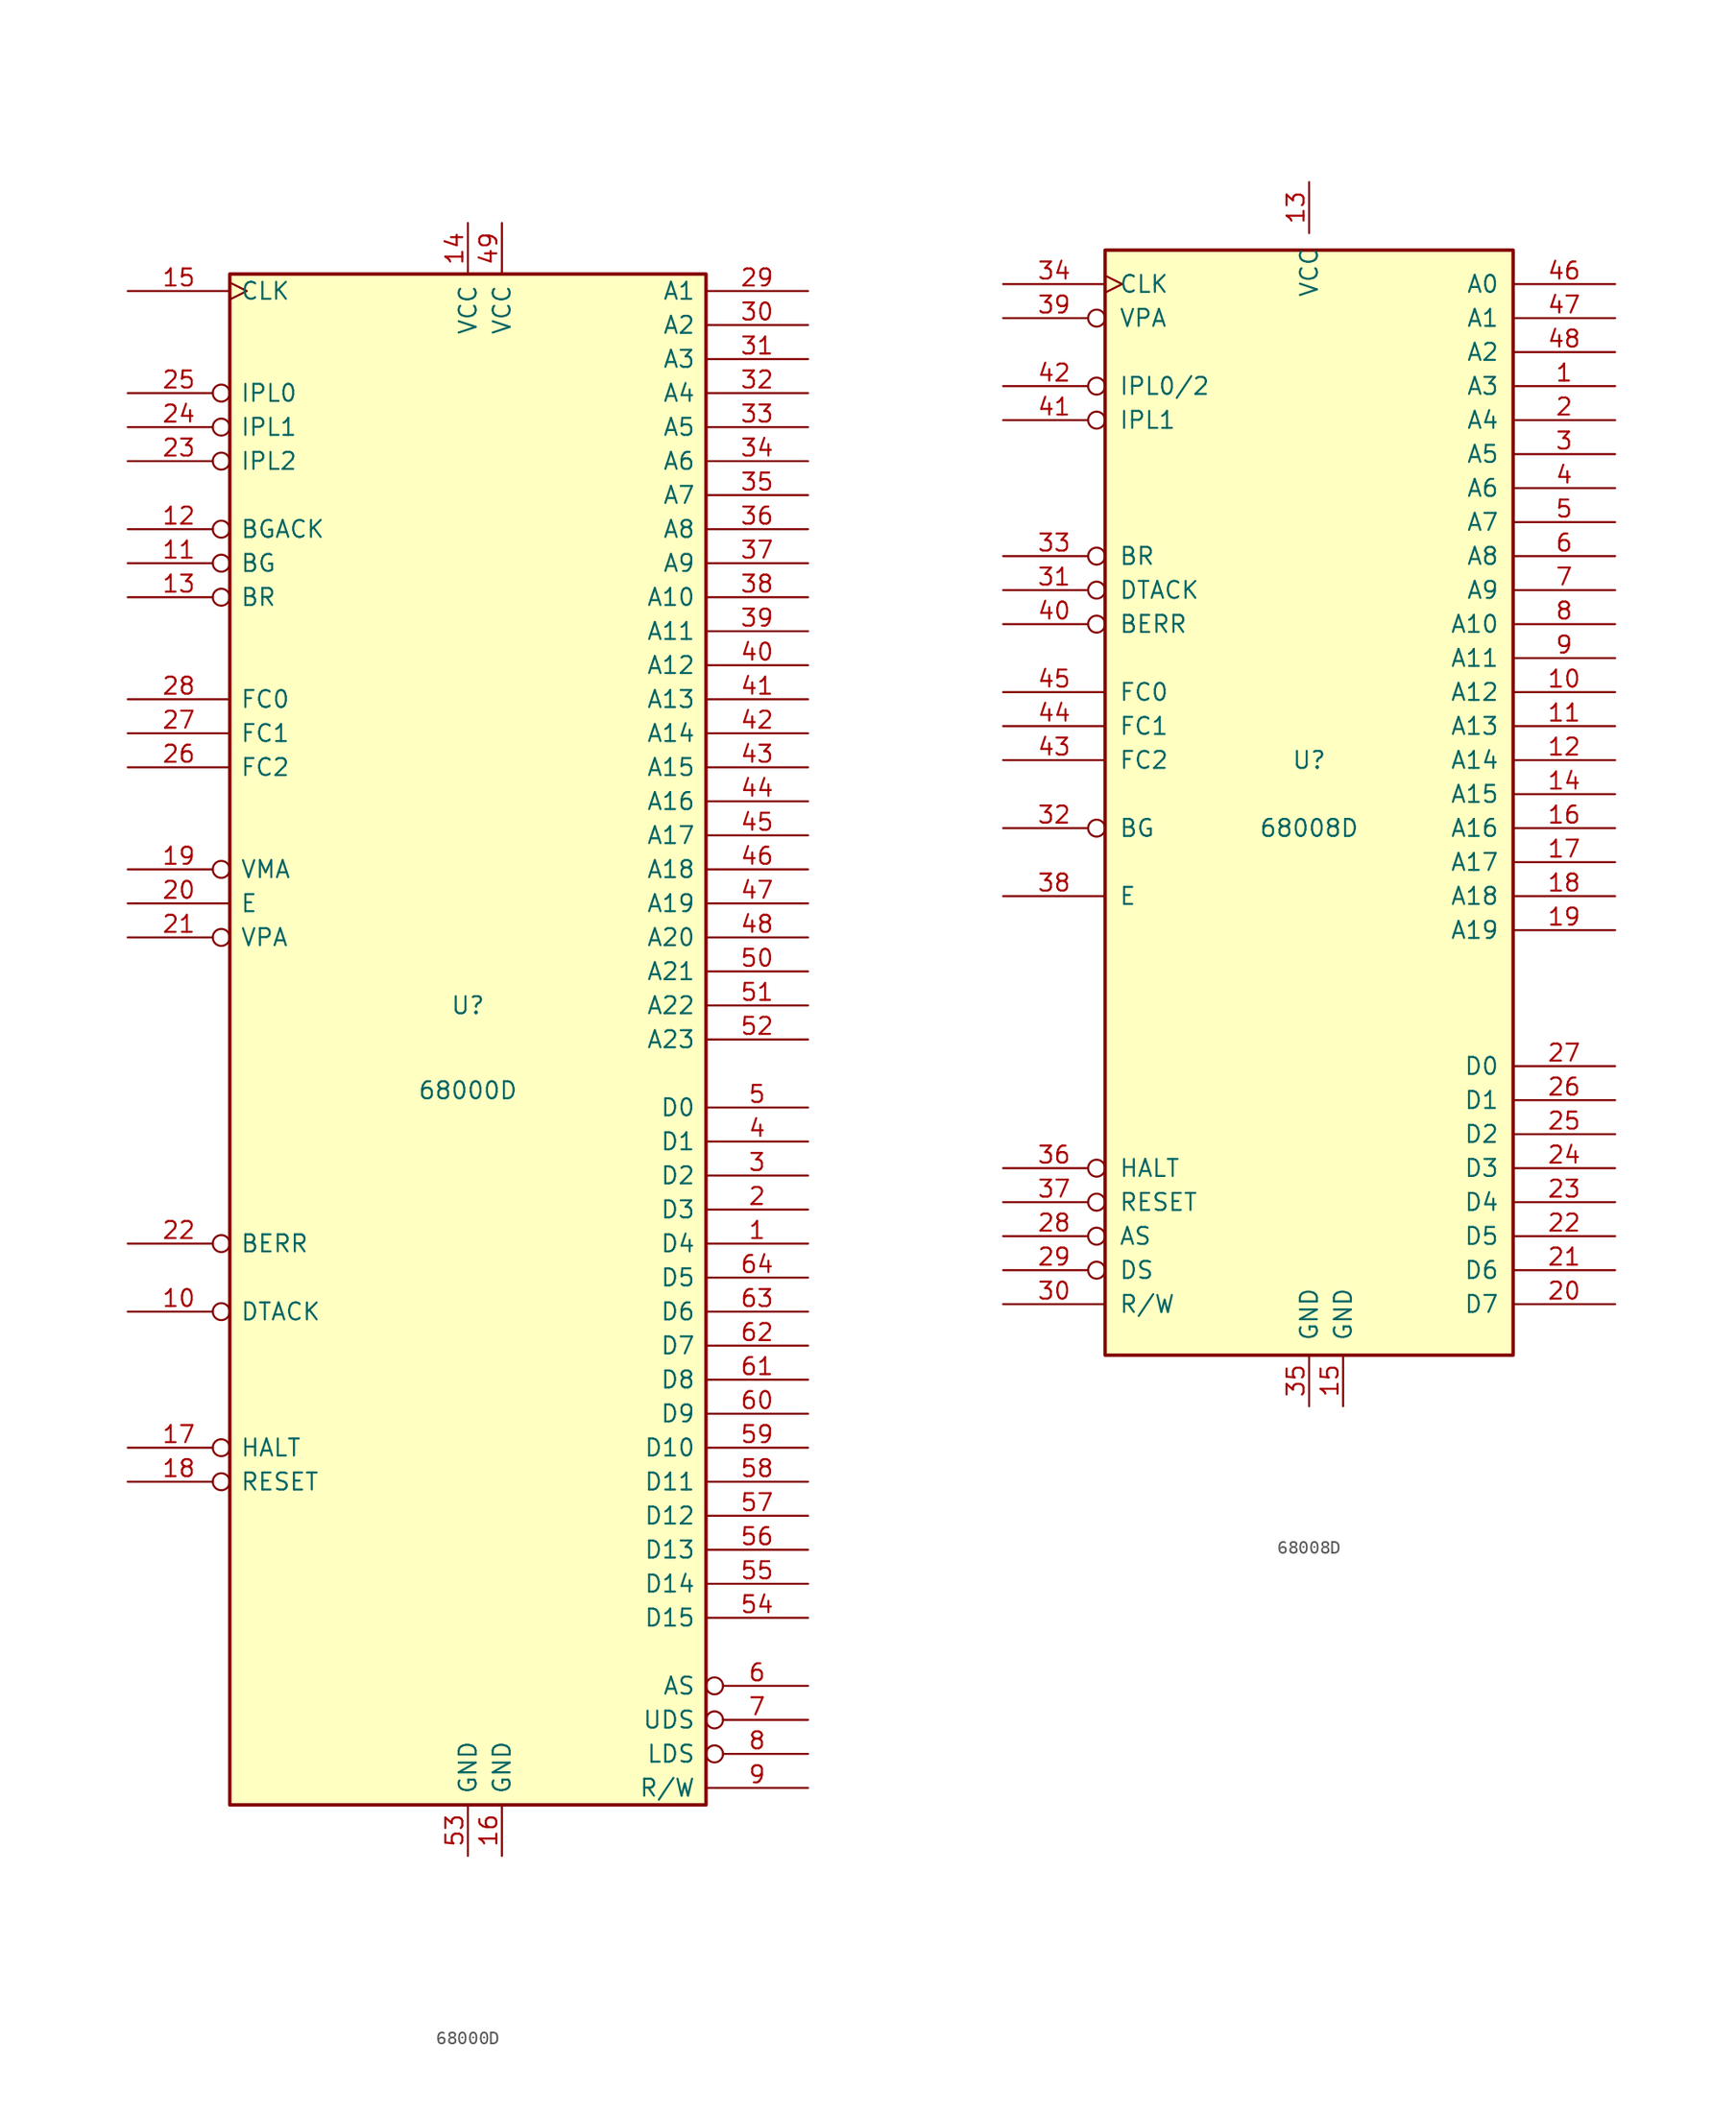
<source format=kicad_sym>
(kicad_symbol_lib
  (version 20211014)
  (generator kicad_symbol_editor)
  (symbol "68000D"
    (pin_names
      (offset 0.762))
    (property "Reference" "U"
      (at 0 2.54 0)
      (effects (font (size 1.27 1.27))))
    (property "Value" "68000D"
      (at 0 -3.81 0)
      (effects (font (size 1.27 1.27))))
    (symbol "68000D_0_1"
      (rectangle (start -17.78 57.15) (end 17.78 -57.15) (stroke (width 0.254) (type default) (color 0 0 0 0)) (fill (type background))))
    (symbol "68000D_1_1"
      (pin bidirectional line (at 25.4 -15.24 180) (length 7.62) (name "D4" (effects (font (size 1.27 1.27)))) (number "1" (effects (font (size 1.27 1.27)))))
      (pin input inverted (at -25.4 -20.32 0) (length 7.62) (name "DTACK" (effects (font (size 1.27 1.27)))) (number "10" (effects (font (size 1.27 1.27)))))
      (pin output inverted (at -25.4 35.56 0) (length 7.62) (name "BG" (effects (font (size 1.27 1.27)))) (number "11" (effects (font (size 1.27 1.27)))))
      (pin input inverted (at -25.4 38.1 0) (length 7.62) (name "BGACK" (effects (font (size 1.27 1.27)))) (number "12" (effects (font (size 1.27 1.27)))))
      (pin input inverted (at -25.4 33.02 0) (length 7.62) (name "BR" (effects (font (size 1.27 1.27)))) (number "13" (effects (font (size 1.27 1.27)))))
      (pin power_in line (at 0 60.96 270) (length 3.81) (name "VCC" (effects (font (size 1.27 1.27)))) (number "14" (effects (font (size 1.27 1.27)))))
      (pin input clock (at -25.4 55.88 0) (length 7.62) (name "CLK" (effects (font (size 1.27 1.27)))) (number "15" (effects (font (size 1.27 1.27)))))
      (pin power_in line (at 2.54 -60.96 90) (length 3.81) (name "GND" (effects (font (size 1.27 1.27)))) (number "16" (effects (font (size 1.27 1.27)))))
      (pin bidirectional inverted (at -25.4 -30.48 0) (length 7.62) (name "HALT" (effects (font (size 1.27 1.27)))) (number "17" (effects (font (size 1.27 1.27)))))
      (pin bidirectional inverted (at -25.4 -33.02 0) (length 7.62) (name "RESET" (effects (font (size 1.27 1.27)))) (number "18" (effects (font (size 1.27 1.27)))))
      (pin output inverted (at -25.4 12.7 0) (length 7.62) (name "VMA" (effects (font (size 1.27 1.27)))) (number "19" (effects (font (size 1.27 1.27)))))
      (pin bidirectional line (at 25.4 -12.7 180) (length 7.62) (name "D3" (effects (font (size 1.27 1.27)))) (number "2" (effects (font (size 1.27 1.27)))))
      (pin output line (at -25.4 10.16 0) (length 7.62) (name "E" (effects (font (size 1.27 1.27)))) (number "20" (effects (font (size 1.27 1.27)))))
      (pin input inverted (at -25.4 7.62 0) (length 7.62) (name "VPA" (effects (font (size 1.27 1.27)))) (number "21" (effects (font (size 1.27 1.27)))))
      (pin input inverted (at -25.4 -15.24 0) (length 7.62) (name "BERR" (effects (font (size 1.27 1.27)))) (number "22" (effects (font (size 1.27 1.27)))))
      (pin input inverted (at -25.4 43.18 0) (length 7.62) (name "IPL2" (effects (font (size 1.27 1.27)))) (number "23" (effects (font (size 1.27 1.27)))))
      (pin input inverted (at -25.4 45.72 0) (length 7.62) (name "IPL1" (effects (font (size 1.27 1.27)))) (number "24" (effects (font (size 1.27 1.27)))))
      (pin input inverted (at -25.4 48.26 0) (length 7.62) (name "IPL0" (effects (font (size 1.27 1.27)))) (number "25" (effects (font (size 1.27 1.27)))))
      (pin output line (at -25.4 20.32 0) (length 7.62) (name "FC2" (effects (font (size 1.27 1.27)))) (number "26" (effects (font (size 1.27 1.27)))))
      (pin output line (at -25.4 22.86 0) (length 7.62) (name "FC1" (effects (font (size 1.27 1.27)))) (number "27" (effects (font (size 1.27 1.27)))))
      (pin output line (at -25.4 25.4 0) (length 7.62) (name "FC0" (effects (font (size 1.27 1.27)))) (number "28" (effects (font (size 1.27 1.27)))))
      (pin output line (at 25.4 55.88 180) (length 7.62) (name "A1" (effects (font (size 1.27 1.27)))) (number "29" (effects (font (size 1.27 1.27)))))
      (pin bidirectional line (at 25.4 -10.16 180) (length 7.62) (name "D2" (effects (font (size 1.27 1.27)))) (number "3" (effects (font (size 1.27 1.27)))))
      (pin output line (at 25.4 53.34 180) (length 7.62) (name "A2" (effects (font (size 1.27 1.27)))) (number "30" (effects (font (size 1.27 1.27)))))
      (pin output line (at 25.4 50.8 180) (length 7.62) (name "A3" (effects (font (size 1.27 1.27)))) (number "31" (effects (font (size 1.27 1.27)))))
      (pin output line (at 25.4 48.26 180) (length 7.62) (name "A4" (effects (font (size 1.27 1.27)))) (number "32" (effects (font (size 1.27 1.27)))))
      (pin output line (at 25.4 45.72 180) (length 7.62) (name "A5" (effects (font (size 1.27 1.27)))) (number "33" (effects (font (size 1.27 1.27)))))
      (pin output line (at 25.4 43.18 180) (length 7.62) (name "A6" (effects (font (size 1.27 1.27)))) (number "34" (effects (font (size 1.27 1.27)))))
      (pin output line (at 25.4 40.64 180) (length 7.62) (name "A7" (effects (font (size 1.27 1.27)))) (number "35" (effects (font (size 1.27 1.27)))))
      (pin output line (at 25.4 38.1 180) (length 7.62) (name "A8" (effects (font (size 1.27 1.27)))) (number "36" (effects (font (size 1.27 1.27)))))
      (pin output line (at 25.4 35.56 180) (length 7.62) (name "A9" (effects (font (size 1.27 1.27)))) (number "37" (effects (font (size 1.27 1.27)))))
      (pin output line (at 25.4 33.02 180) (length 7.62) (name "A10" (effects (font (size 1.27 1.27)))) (number "38" (effects (font (size 1.27 1.27)))))
      (pin output line (at 25.4 30.48 180) (length 7.62) (name "A11" (effects (font (size 1.27 1.27)))) (number "39" (effects (font (size 1.27 1.27)))))
      (pin bidirectional line (at 25.4 -7.62 180) (length 7.62) (name "D1" (effects (font (size 1.27 1.27)))) (number "4" (effects (font (size 1.27 1.27)))))
      (pin output line (at 25.4 27.94 180) (length 7.62) (name "A12" (effects (font (size 1.27 1.27)))) (number "40" (effects (font (size 1.27 1.27)))))
      (pin output line (at 25.4 25.4 180) (length 7.62) (name "A13" (effects (font (size 1.27 1.27)))) (number "41" (effects (font (size 1.27 1.27)))))
      (pin output line (at 25.4 22.86 180) (length 7.62) (name "A14" (effects (font (size 1.27 1.27)))) (number "42" (effects (font (size 1.27 1.27)))))
      (pin output line (at 25.4 20.32 180) (length 7.62) (name "A15" (effects (font (size 1.27 1.27)))) (number "43" (effects (font (size 1.27 1.27)))))
      (pin output line (at 25.4 17.78 180) (length 7.62) (name "A16" (effects (font (size 1.27 1.27)))) (number "44" (effects (font (size 1.27 1.27)))))
      (pin output line (at 25.4 15.24 180) (length 7.62) (name "A17" (effects (font (size 1.27 1.27)))) (number "45" (effects (font (size 1.27 1.27)))))
      (pin output line (at 25.4 12.7 180) (length 7.62) (name "A18" (effects (font (size 1.27 1.27)))) (number "46" (effects (font (size 1.27 1.27)))))
      (pin output line (at 25.4 10.16 180) (length 7.62) (name "A19" (effects (font (size 1.27 1.27)))) (number "47" (effects (font (size 1.27 1.27)))))
      (pin output line (at 25.4 7.62 180) (length 7.62) (name "A20" (effects (font (size 1.27 1.27)))) (number "48" (effects (font (size 1.27 1.27)))))
      (pin power_in line (at 2.54 60.96 270) (length 3.81) (name "VCC" (effects (font (size 1.27 1.27)))) (number "49" (effects (font (size 1.27 1.27)))))
      (pin bidirectional line (at 25.4 -5.08 180) (length 7.62) (name "D0" (effects (font (size 1.27 1.27)))) (number "5" (effects (font (size 1.27 1.27)))))
      (pin output line (at 25.4 5.08 180) (length 7.62) (name "A21" (effects (font (size 1.27 1.27)))) (number "50" (effects (font (size 1.27 1.27)))))
      (pin output line (at 25.4 2.54 180) (length 7.62) (name "A22" (effects (font (size 1.27 1.27)))) (number "51" (effects (font (size 1.27 1.27)))))
      (pin output line (at 25.4 0 180) (length 7.62) (name "A23" (effects (font (size 1.27 1.27)))) (number "52" (effects (font (size 1.27 1.27)))))
      (pin power_in line (at 0 -60.96 90) (length 3.81) (name "GND" (effects (font (size 1.27 1.27)))) (number "53" (effects (font (size 1.27 1.27)))))
      (pin bidirectional line (at 25.4 -43.18 180) (length 7.62) (name "D15" (effects (font (size 1.27 1.27)))) (number "54" (effects (font (size 1.27 1.27)))))
      (pin bidirectional line (at 25.4 -40.64 180) (length 7.62) (name "D14" (effects (font (size 1.27 1.27)))) (number "55" (effects (font (size 1.27 1.27)))))
      (pin bidirectional line (at 25.4 -38.1 180) (length 7.62) (name "D13" (effects (font (size 1.27 1.27)))) (number "56" (effects (font (size 1.27 1.27)))))
      (pin bidirectional line (at 25.4 -35.56 180) (length 7.62) (name "D12" (effects (font (size 1.27 1.27)))) (number "57" (effects (font (size 1.27 1.27)))))
      (pin bidirectional line (at 25.4 -33.02 180) (length 7.62) (name "D11" (effects (font (size 1.27 1.27)))) (number "58" (effects (font (size 1.27 1.27)))))
      (pin bidirectional line (at 25.4 -30.48 180) (length 7.62) (name "D10" (effects (font (size 1.27 1.27)))) (number "59" (effects (font (size 1.27 1.27)))))
      (pin output inverted (at 25.4 -48.26 180) (length 7.62) (name "AS" (effects (font (size 1.27 1.27)))) (number "6" (effects (font (size 1.27 1.27)))))
      (pin bidirectional line (at 25.4 -27.94 180) (length 7.62) (name "D9" (effects (font (size 1.27 1.27)))) (number "60" (effects (font (size 1.27 1.27)))))
      (pin bidirectional line (at 25.4 -25.4 180) (length 7.62) (name "D8" (effects (font (size 1.27 1.27)))) (number "61" (effects (font (size 1.27 1.27)))))
      (pin bidirectional line (at 25.4 -22.86 180) (length 7.62) (name "D7" (effects (font (size 1.27 1.27)))) (number "62" (effects (font (size 1.27 1.27)))))
      (pin bidirectional line (at 25.4 -20.32 180) (length 7.62) (name "D6" (effects (font (size 1.27 1.27)))) (number "63" (effects (font (size 1.27 1.27)))))
      (pin bidirectional line (at 25.4 -17.78 180) (length 7.62) (name "D5" (effects (font (size 1.27 1.27)))) (number "64" (effects (font (size 1.27 1.27)))))
      (pin output inverted (at 25.4 -50.8 180) (length 7.62) (name "UDS" (effects (font (size 1.27 1.27)))) (number "7" (effects (font (size 1.27 1.27)))))
      (pin output inverted (at 25.4 -53.34 180) (length 7.62) (name "LDS" (effects (font (size 1.27 1.27)))) (number "8" (effects (font (size 1.27 1.27)))))
      (pin output line (at 25.4 -55.88 180) (length 7.62) (name "R/W" (effects (font (size 1.27 1.27)))) (number "9" (effects (font (size 1.27 1.27)))))))
  (symbol "68008D"
    (pin_names
      (offset 1.016))
    (property "Reference" "U"
      (at 0 2.54 0)
      (effects (font (size 1.27 1.27))))
    (property "Value" "68008D"
      (at 0 -2.54 0)
      (effects (font (size 1.27 1.27))))
    (symbol "68008D_0_1"
      (rectangle (start -15.24 -41.91) (end 15.24 40.64) (stroke (width 0.254) (type default) (color 0 0 0 0)) (fill (type background))))
    (symbol "68008D_1_1"
      (pin tri_state line (at 22.86 30.48 180) (length 7.62) (name "A3" (effects (font (size 1.27 1.27)))) (number "1" (effects (font (size 1.27 1.27)))))
      (pin tri_state line (at 22.86 7.62 180) (length 7.62) (name "A12" (effects (font (size 1.27 1.27)))) (number "10" (effects (font (size 1.27 1.27)))))
      (pin tri_state line (at 22.86 5.08 180) (length 7.62) (name "A13" (effects (font (size 1.27 1.27)))) (number "11" (effects (font (size 1.27 1.27)))))
      (pin tri_state line (at 22.86 2.54 180) (length 7.62) (name "A14" (effects (font (size 1.27 1.27)))) (number "12" (effects (font (size 1.27 1.27)))))
      (pin power_in line (at 0 45.72 270) (length 3.81) (name "VCC" (effects (font (size 1.27 1.27)))) (number "13" (effects (font (size 1.27 1.27)))))
      (pin tri_state line (at 22.86 0 180) (length 7.62) (name "A15" (effects (font (size 1.27 1.27)))) (number "14" (effects (font (size 1.27 1.27)))))
      (pin power_in line (at 2.54 -45.72 90) (length 3.81) (name "GND" (effects (font (size 1.27 1.27)))) (number "15" (effects (font (size 1.27 1.27)))))
      (pin tri_state line (at 22.86 -2.54 180) (length 7.62) (name "A16" (effects (font (size 1.27 1.27)))) (number "16" (effects (font (size 1.27 1.27)))))
      (pin tri_state line (at 22.86 -5.08 180) (length 7.62) (name "A17" (effects (font (size 1.27 1.27)))) (number "17" (effects (font (size 1.27 1.27)))))
      (pin tri_state line (at 22.86 -7.62 180) (length 7.62) (name "A18" (effects (font (size 1.27 1.27)))) (number "18" (effects (font (size 1.27 1.27)))))
      (pin tri_state line (at 22.86 -10.16 180) (length 7.62) (name "A19" (effects (font (size 1.27 1.27)))) (number "19" (effects (font (size 1.27 1.27)))))
      (pin tri_state line (at 22.86 27.94 180) (length 7.62) (name "A4" (effects (font (size 1.27 1.27)))) (number "2" (effects (font (size 1.27 1.27)))))
      (pin tri_state line (at 22.86 -38.1 180) (length 7.62) (name "D7" (effects (font (size 1.27 1.27)))) (number "20" (effects (font (size 1.27 1.27)))))
      (pin tri_state line (at 22.86 -35.56 180) (length 7.62) (name "D6" (effects (font (size 1.27 1.27)))) (number "21" (effects (font (size 1.27 1.27)))))
      (pin tri_state line (at 22.86 -33.02 180) (length 7.62) (name "D5" (effects (font (size 1.27 1.27)))) (number "22" (effects (font (size 1.27 1.27)))))
      (pin tri_state line (at 22.86 -30.48 180) (length 7.62) (name "D4" (effects (font (size 1.27 1.27)))) (number "23" (effects (font (size 1.27 1.27)))))
      (pin tri_state line (at 22.86 -27.94 180) (length 7.62) (name "D3" (effects (font (size 1.27 1.27)))) (number "24" (effects (font (size 1.27 1.27)))))
      (pin tri_state line (at 22.86 -25.4 180) (length 7.62) (name "D2" (effects (font (size 1.27 1.27)))) (number "25" (effects (font (size 1.27 1.27)))))
      (pin tri_state line (at 22.86 -22.86 180) (length 7.62) (name "D1" (effects (font (size 1.27 1.27)))) (number "26" (effects (font (size 1.27 1.27)))))
      (pin tri_state line (at 22.86 -20.32 180) (length 7.62) (name "D0" (effects (font (size 1.27 1.27)))) (number "27" (effects (font (size 1.27 1.27)))))
      (pin tri_state inverted (at -22.86 -33.02 0) (length 7.62) (name "AS" (effects (font (size 1.27 1.27)))) (number "28" (effects (font (size 1.27 1.27)))))
      (pin tri_state inverted (at -22.86 -35.56 0) (length 7.62) (name "DS" (effects (font (size 1.27 1.27)))) (number "29" (effects (font (size 1.27 1.27)))))
      (pin tri_state line (at 22.86 25.4 180) (length 7.62) (name "A5" (effects (font (size 1.27 1.27)))) (number "3" (effects (font (size 1.27 1.27)))))
      (pin tri_state line (at -22.86 -38.1 0) (length 7.62) (name "R/W" (effects (font (size 1.27 1.27)))) (number "30" (effects (font (size 1.27 1.27)))))
      (pin input inverted (at -22.86 15.24 0) (length 7.62) (name "DTACK" (effects (font (size 1.27 1.27)))) (number "31" (effects (font (size 1.27 1.27)))))
      (pin output inverted (at -22.86 -2.54 0) (length 7.62) (name "BG" (effects (font (size 1.27 1.27)))) (number "32" (effects (font (size 1.27 1.27)))))
      (pin input inverted (at -22.86 17.78 0) (length 7.62) (name "BR" (effects (font (size 1.27 1.27)))) (number "33" (effects (font (size 1.27 1.27)))))
      (pin input clock (at -22.86 38.1 0) (length 7.62) (name "CLK" (effects (font (size 1.27 1.27)))) (number "34" (effects (font (size 1.27 1.27)))))
      (pin power_in line (at 0 -45.72 90) (length 3.81) (name "GND" (effects (font (size 1.27 1.27)))) (number "35" (effects (font (size 1.27 1.27)))))
      (pin bidirectional inverted (at -22.86 -27.94 0) (length 7.62) (name "HALT" (effects (font (size 1.27 1.27)))) (number "36" (effects (font (size 1.27 1.27)))))
      (pin bidirectional inverted (at -22.86 -30.48 0) (length 7.62) (name "RESET" (effects (font (size 1.27 1.27)))) (number "37" (effects (font (size 1.27 1.27)))))
      (pin output line (at -22.86 -7.62 0) (length 7.62) (name "E" (effects (font (size 1.27 1.27)))) (number "38" (effects (font (size 1.27 1.27)))))
      (pin input inverted (at -22.86 35.56 0) (length 7.62) (name "VPA" (effects (font (size 1.27 1.27)))) (number "39" (effects (font (size 1.27 1.27)))))
      (pin tri_state line (at 22.86 22.86 180) (length 7.62) (name "A6" (effects (font (size 1.27 1.27)))) (number "4" (effects (font (size 1.27 1.27)))))
      (pin input inverted (at -22.86 12.7 0) (length 7.62) (name "BERR" (effects (font (size 1.27 1.27)))) (number "40" (effects (font (size 1.27 1.27)))))
      (pin input inverted (at -22.86 27.94 0) (length 7.62) (name "IPL1" (effects (font (size 1.27 1.27)))) (number "41" (effects (font (size 1.27 1.27)))))
      (pin input inverted (at -22.86 30.48 0) (length 7.62) (name "IPL0/2" (effects (font (size 1.27 1.27)))) (number "42" (effects (font (size 1.27 1.27)))))
      (pin output line (at -22.86 2.54 0) (length 7.62) (name "FC2" (effects (font (size 1.27 1.27)))) (number "43" (effects (font (size 1.27 1.27)))))
      (pin output line (at -22.86 5.08 0) (length 7.62) (name "FC1" (effects (font (size 1.27 1.27)))) (number "44" (effects (font (size 1.27 1.27)))))
      (pin output line (at -22.86 7.62 0) (length 7.62) (name "FC0" (effects (font (size 1.27 1.27)))) (number "45" (effects (font (size 1.27 1.27)))))
      (pin tri_state line (at 22.86 38.1 180) (length 7.62) (name "A0" (effects (font (size 1.27 1.27)))) (number "46" (effects (font (size 1.27 1.27)))))
      (pin tri_state line (at 22.86 35.56 180) (length 7.62) (name "A1" (effects (font (size 1.27 1.27)))) (number "47" (effects (font (size 1.27 1.27)))))
      (pin tri_state line (at 22.86 33.02 180) (length 7.62) (name "A2" (effects (font (size 1.27 1.27)))) (number "48" (effects (font (size 1.27 1.27)))))
      (pin tri_state line (at 22.86 20.32 180) (length 7.62) (name "A7" (effects (font (size 1.27 1.27)))) (number "5" (effects (font (size 1.27 1.27)))))
      (pin tri_state line (at 22.86 17.78 180) (length 7.62) (name "A8" (effects (font (size 1.27 1.27)))) (number "6" (effects (font (size 1.27 1.27)))))
      (pin tri_state line (at 22.86 15.24 180) (length 7.62) (name "A9" (effects (font (size 1.27 1.27)))) (number "7" (effects (font (size 1.27 1.27)))))
      (pin tri_state line (at 22.86 12.7 180) (length 7.62) (name "A10" (effects (font (size 1.27 1.27)))) (number "8" (effects (font (size 1.27 1.27)))))
      (pin tri_state line (at 22.86 10.16 180) (length 7.62) (name "A11" (effects (font (size 1.27 1.27)))) (number "9" (effects (font (size 1.27 1.27))))))))
</source>
